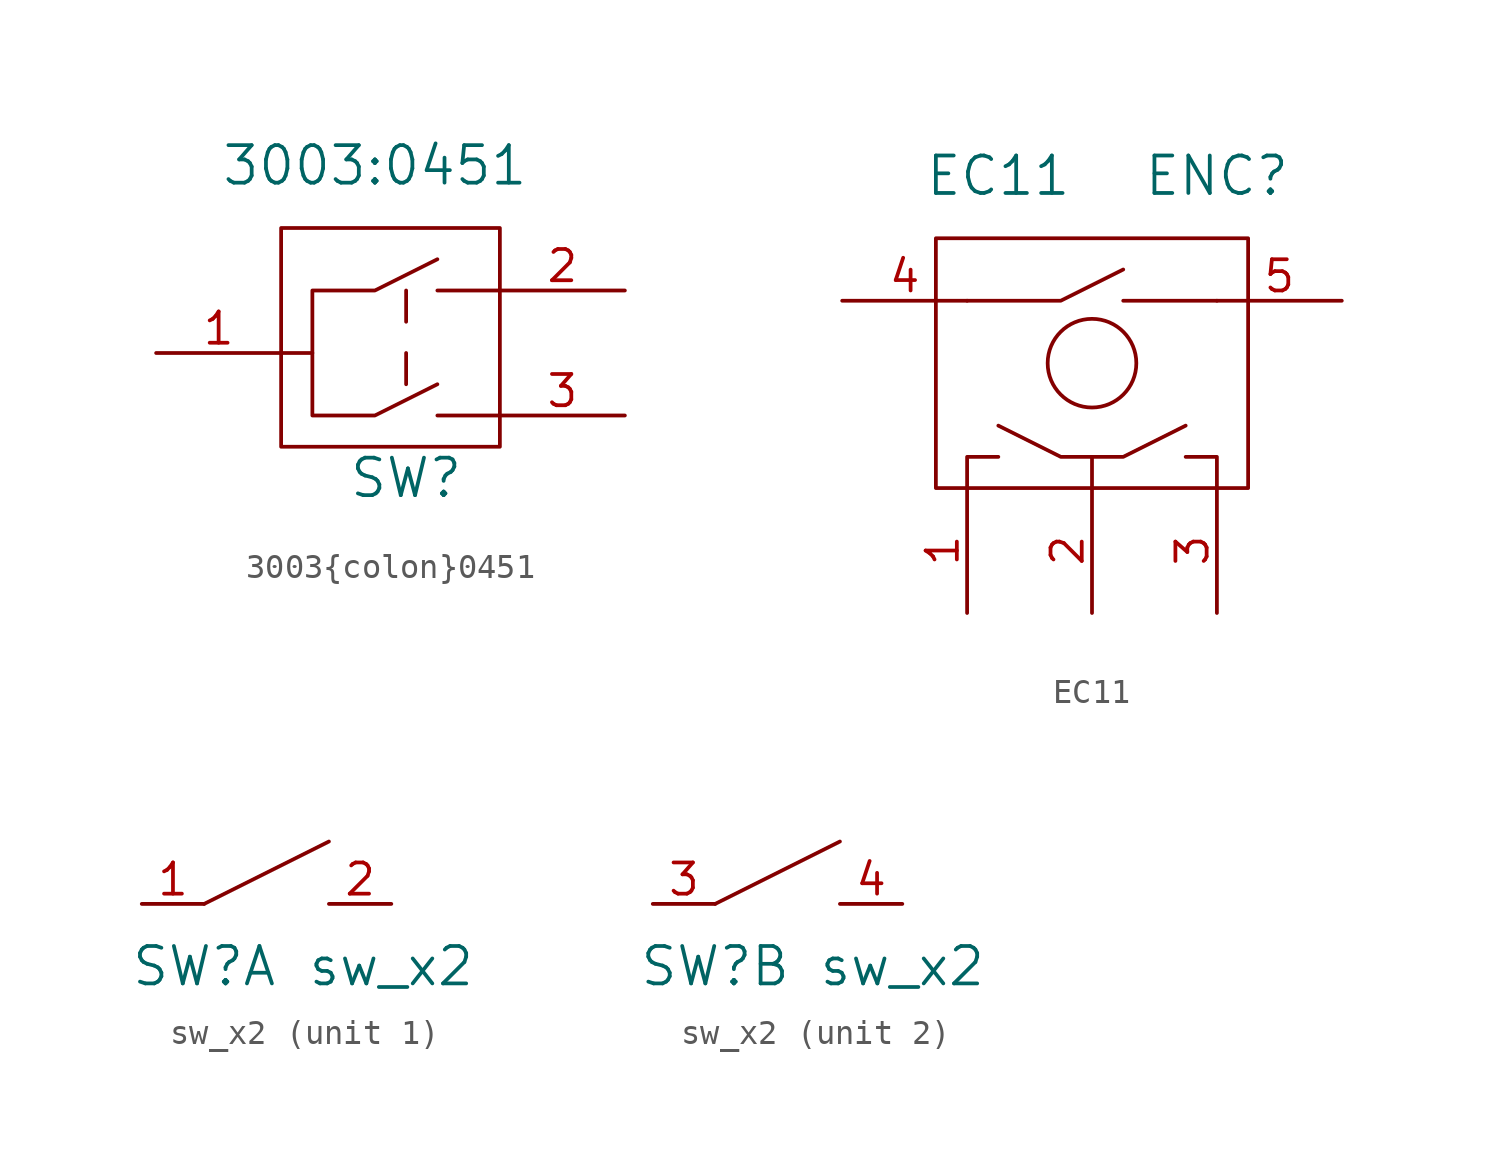
<source format=kicad_sym>
(kicad_symbol_lib
  (version 20211014)
  (generator kicad_symbol_editor)
  (symbol "3003{colon}0451"
    (pin_names
      (offset 1.016))
    (property "Reference" "SW"
      (at 5.08 -5.08 0)
      (effects (font (size 1.524 1.524))))
    (property "Value" "3003{colon}0451"
      (at 3.81 7.62 0)
      (effects (font (size 1.524 1.524))))
    (property "Footprint" ""
      (at 0 0 0)
      (effects (font (size 1.524 1.524))))
    (property "Datasheet" ""
      (at 0 0 0)
      (effects (font (size 1.524 1.524))))
    (symbol "3003{colon}0451_0_1"
      (rectangle (start 0 -3.81) (end 8.89 5.08) (stroke (width 0) (type default) (color 0 0 0 0)) (fill (type none)))
      (polyline (pts (xy 5.08 -1.27) (xy 5.08 0)) (stroke (width 0) (type default) (color 0 0 0 0)) (fill (type none)))
      (polyline (pts (xy 5.08 1.27) (xy 5.08 2.54)) (stroke (width 0) (type default) (color 0 0 0 0)) (fill (type none)))
      (polyline (pts (xy 8.89 -2.54) (xy 6.35 -2.54)) (stroke (width 0) (type default) (color 0 0 0 0)) (fill (type none)))
      (polyline (pts (xy 8.89 2.54) (xy 6.35 2.54)) (stroke (width 0) (type default) (color 0 0 0 0)) (fill (type none)))
      (polyline (pts (xy 1.27 0) (xy 1.27 -2.54) (xy 3.81 -2.54) (xy 6.35 -1.27)) (stroke (width 0) (type default) (color 0 0 0 0)) (fill (type none)))
      (polyline (pts (xy 0 0) (xy 1.27 0) (xy 1.27 2.54) (xy 3.81 2.54) (xy 6.35 3.81)) (stroke (width 0) (type default) (color 0 0 0 0)) (fill (type none))))
    (symbol "3003{colon}0451_1_1"
      (pin bidirectional line (at -5.08 0 0) (length 5.08) (name "~" (effects (font (size 1.27 1.27)))) (number "1" (effects (font (size 1.27 1.27)))))
      (pin bidirectional line (at 13.97 2.54 180) (length 5.08) (name "~" (effects (font (size 1.27 1.27)))) (number "2" (effects (font (size 1.27 1.27)))))
      (pin bidirectional line (at 13.97 -2.54 180) (length 5.08) (name "~" (effects (font (size 1.27 1.27)))) (number "3" (effects (font (size 1.27 1.27)))))))
  (symbol "EC11"
    (pin_names
      (offset 1.016))
    (property "Reference" "ENC"
      (at 5.08 7.62 0)
      (effects (font (size 1.524 1.524))))
    (property "Value" "EC11"
      (at -3.81 7.62 0)
      (effects (font (size 1.524 1.524))))
    (property "Footprint" ""
      (at 0 -5.08 0)
      (effects (font (size 1.524 1.524))))
    (property "Datasheet" ""
      (at 0 -5.08 0)
      (effects (font (size 1.524 1.524))))
    (symbol "EC11_0_1"
      (rectangle (start -6.35 -5.08) (end 6.35 5.08) (stroke (width 0) (type default) (color 0 0 0 0)) (fill (type none)))
      (polyline (pts (xy 1.27 2.54) (xy 5.08 2.54)) (stroke (width 0) (type default) (color 0 0 0 0)) (fill (type none)))
      (polyline (pts (xy -5.08 2.54) (xy -1.27 2.54) (xy 1.27 3.81)) (stroke (width 0) (type default) (color 0 0 0 0)) (fill (type none)))
      (polyline (pts (xy -3.81 -3.81) (xy -5.08 -3.81) (xy -5.08 -5.08)) (stroke (width 0) (type default) (color 0 0 0 0)) (fill (type none)))
      (polyline (pts (xy 0 -3.81) (xy 1.27 -3.81) (xy 3.81 -2.54)) (stroke (width 0) (type default) (color 0 0 0 0)) (fill (type none)))
      (polyline (pts (xy 3.81 -3.81) (xy 5.08 -3.81) (xy 5.08 -5.08)) (stroke (width 0) (type default) (color 0 0 0 0)) (fill (type none)))
      (polyline (pts (xy 0 -5.08) (xy 0 -3.81) (xy -1.27 -3.81) (xy -3.81 -2.54)) (stroke (width 0) (type default) (color 0 0 0 0)) (fill (type none)))
      (circle (center 0 0) (radius 1.803) (stroke (width 0) (type default) (color 0 0 0 0)) (fill (type none))))
    (symbol "EC11_1_1"
      (pin bidirectional line (at -5.08 -10.16 90) (length 5.08) (name "~" (effects (font (size 1.27 1.27)))) (number "1" (effects (font (size 1.27 1.27)))))
      (pin bidirectional line (at 0 -10.16 90) (length 5.08) (name "~" (effects (font (size 1.27 1.27)))) (number "2" (effects (font (size 1.27 1.27)))))
      (pin bidirectional line (at 5.08 -10.16 90) (length 5.08) (name "~" (effects (font (size 1.27 1.27)))) (number "3" (effects (font (size 1.27 1.27)))))
      (pin bidirectional line (at -10.16 2.54 0) (length 5.08) (name "~" (effects (font (size 1.27 1.27)))) (number "4" (effects (font (size 1.27 1.27)))))
      (pin bidirectional line (at 10.16 2.54 180) (length 5.08) (name "~" (effects (font (size 1.27 1.27)))) (number "5" (effects (font (size 1.27 1.27)))))))
  (symbol "sw_x2"
    (pin_names
      (offset 1.016))
    (property "Reference" "SW"
      (at -2.54 -2.54 0)
      (effects (font (size 1.524 1.524))))
    (property "Value" "sw_x2"
      (at 5.08 -2.54 0)
      (effects (font (size 1.524 1.524))))
    (property "Footprint" ""
      (at 0 0 0)
      (effects (font (size 1.524 1.524))))
    (property "Datasheet" ""
      (at 0 0 0)
      (effects (font (size 1.524 1.524))))
    (symbol "sw_x2_0_1"
      (polyline (pts (xy -2.54 0) (xy 2.54 2.54)) (stroke (width 0) (type default) (color 0 0 0 0)) (fill (type none))))
    (symbol "sw_x2_1_1"
      (pin bidirectional line (at -5.08 0 0) (length 2.54) (name "~" (effects (font (size 1.27 1.27)))) (number "1" (effects (font (size 1.27 1.27)))))
      (pin bidirectional line (at 5.08 0 180) (length 2.54) (name "~" (effects (font (size 1.27 1.27)))) (number "2" (effects (font (size 1.27 1.27))))))
    (symbol "sw_x2_2_1"
      (pin bidirectional line (at -5.08 0 0) (length 2.54) (name "~" (effects (font (size 1.27 1.27)))) (number "3" (effects (font (size 1.27 1.27)))))
      (pin bidirectional line (at 5.08 0 180) (length 2.54) (name "~" (effects (font (size 1.27 1.27)))) (number "4" (effects (font (size 1.27 1.27))))))))
</source>
